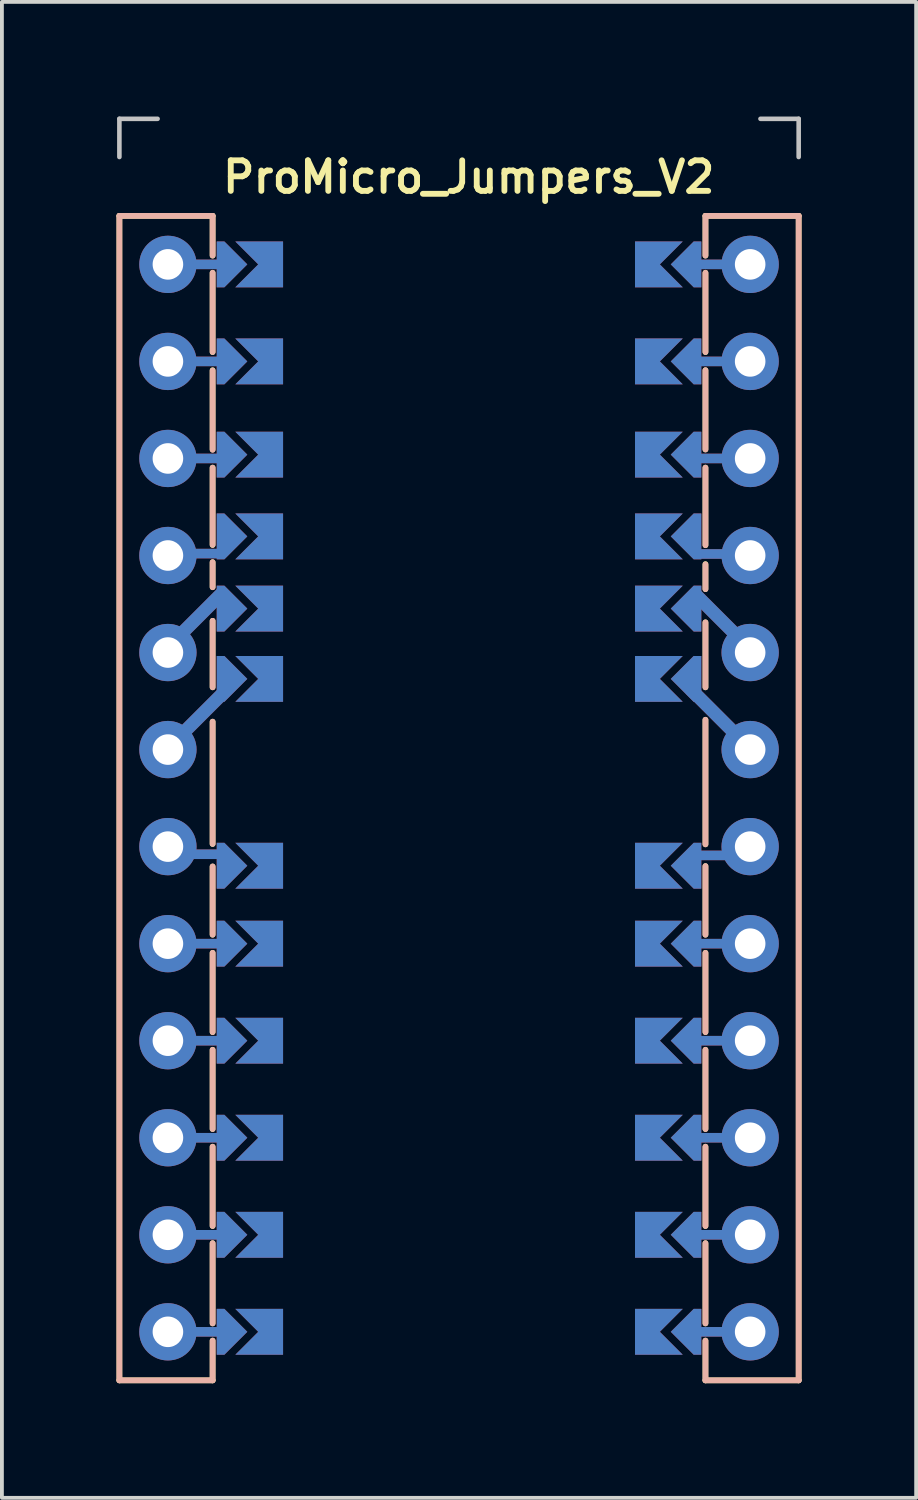
<source format=kicad_pcb>
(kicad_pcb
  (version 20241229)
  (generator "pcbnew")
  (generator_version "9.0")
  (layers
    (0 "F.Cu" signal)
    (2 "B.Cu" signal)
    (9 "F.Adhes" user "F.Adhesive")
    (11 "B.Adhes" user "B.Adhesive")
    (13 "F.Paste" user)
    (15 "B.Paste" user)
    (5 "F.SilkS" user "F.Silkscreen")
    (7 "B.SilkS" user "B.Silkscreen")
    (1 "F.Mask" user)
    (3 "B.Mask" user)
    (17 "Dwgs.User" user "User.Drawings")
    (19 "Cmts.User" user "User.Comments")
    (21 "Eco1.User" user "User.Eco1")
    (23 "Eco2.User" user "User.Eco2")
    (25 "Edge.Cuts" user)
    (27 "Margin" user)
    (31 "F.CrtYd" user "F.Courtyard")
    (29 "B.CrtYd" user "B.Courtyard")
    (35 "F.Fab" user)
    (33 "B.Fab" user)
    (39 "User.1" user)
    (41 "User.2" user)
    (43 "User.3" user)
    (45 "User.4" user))
  (footprint "ProMicro_Jumpers_V2"
    (layer "F.Cu")
    (at 8.965 17.84)
    (property "Reference" "ProMicro_Jumpers_V2" (at 0.254 -16.256 0) (unlocked yes) (layer "F.SilkS") (effects (font (size 0.8 0.8) (thickness 0.153))))
    (attr dnp)
    (fp_line (start -8.89 -15.24) (end -8.89 15.24) (stroke (width 0.15) (type solid)) (layer "F.SilkS"))
    (fp_line (start -8.89 -15.24) (end -6.45 -15.24) (stroke (width 0.15) (type solid)) (layer "F.SilkS"))
    (fp_line (start -6.45 -14.2) (end -6.45 -15.24) (stroke (width 0.15) (type solid)) (layer "F.SilkS"))
    (fp_line (start -6.45 -13.75) (end -6.45 -11.675) (stroke (width 0.15) (type solid)) (layer "F.SilkS"))
    (fp_line (start -6.45 -11.2) (end -6.45 -9.125) (stroke (width 0.15) (type solid)) (layer "F.SilkS"))
    (fp_line (start -6.45 -8.65) (end -6.45 -6.625) (stroke (width 0.15) (type solid)) (layer "F.SilkS"))
    (fp_line (start -6.45 -6.175) (end -6.45 -5.52) (stroke (width 0.15) (type solid)) (layer "F.SilkS"))
    (fp_line (start -6.45 -4.64) (end -6.45 -2.9) (stroke (width 0.15) (type solid)) (layer "F.SilkS"))
    (fp_line (start -6.45 -2) (end -6.45 1.2) (stroke (width 0.15) (type solid)) (layer "F.SilkS"))
    (fp_line (start -6.45 1.79) (end -6.45 3.575) (stroke (width 0.15) (type solid)) (layer "F.SilkS"))
    (fp_line (start -6.45 4.05) (end -6.45 6.125) (stroke (width 0.15) (type solid)) (layer "F.SilkS"))
    (fp_line (start -6.45 6.588) (end -6.45 8.662) (stroke (width 0.15) (type solid)) (layer "F.SilkS"))
    (fp_line (start -6.45 9.125) (end -6.45 11.2) (stroke (width 0.15) (type solid)) (layer "F.SilkS"))
    (fp_line (start -6.45 11.65) (end -6.45 13.75) (stroke (width 0.15) (type solid)) (layer "F.SilkS"))
    (fp_line (start -6.45 14.2) (end -6.45 15.24) (stroke (width 0.15) (type solid)) (layer "F.SilkS"))
    (fp_line (start -6.45 15.24) (end -8.89 15.24) (stroke (width 0.15) (type solid)) (layer "F.SilkS"))
    (fp_line (start 6.45 -15.24) (end 8.89 -15.24) (stroke (width 0.15) (type solid)) (layer "F.SilkS"))
    (fp_line (start 6.45 -14.2) (end 6.45 -15.24) (stroke (width 0.15) (type solid)) (layer "F.SilkS"))
    (fp_line (start 6.45 -13.75) (end 6.45 -11.675) (stroke (width 0.15) (type solid)) (layer "F.SilkS"))
    (fp_line (start 6.45 -11.2) (end 6.45 -9.125) (stroke (width 0.15) (type solid)) (layer "F.SilkS"))
    (fp_line (start 6.45 -8.65) (end 6.45 -6.62) (stroke (width 0.15) (type solid)) (layer "F.SilkS"))
    (fp_line (start 6.45 -6.125) (end 6.45 -5.47) (stroke (width 0.15) (type solid)) (layer "F.SilkS"))
    (fp_line (start 6.45 -4.6) (end 6.45 -2.9) (stroke (width 0.15) (type solid)) (layer "F.SilkS"))
    (fp_line (start 6.45 -2.05) (end 6.45 1.21) (stroke (width 0.15) (type solid)) (layer "F.SilkS"))
    (fp_line (start 6.45 1.78) (end 6.45 3.575) (stroke (width 0.15) (type solid)) (layer "F.SilkS"))
    (fp_line (start 6.45 4.05) (end 6.45 6.125) (stroke (width 0.15) (type solid)) (layer "F.SilkS"))
    (fp_line (start 6.45 6.588) (end 6.45 8.662) (stroke (width 0.15) (type solid)) (layer "F.SilkS"))
    (fp_line (start 6.45 9.125) (end 6.45 11.2) (stroke (width 0.15) (type solid)) (layer "F.SilkS"))
    (fp_line (start 6.45 11.65) (end 6.45 13.75) (stroke (width 0.15) (type solid)) (layer "F.SilkS"))
    (fp_line (start 6.45 14.2) (end 6.45 15.24) (stroke (width 0.15) (type solid)) (layer "F.SilkS"))
    (fp_line (start 6.45 15.24) (end 8.89 15.24) (stroke (width 0.15) (type solid)) (layer "F.SilkS"))
    (fp_line (start 8.89 -15.24) (end 8.89 15.24) (stroke (width 0.15) (type solid)) (layer "F.SilkS"))
    (fp_line (start -8.89 -15.24) (end -8.89 15.24) (stroke (width 0.15) (type solid)) (layer "B.SilkS"))
    (fp_line (start -8.89 -15.24) (end -6.45 -15.24) (stroke (width 0.15) (type solid)) (layer "B.SilkS"))
    (fp_line (start -6.45 -14.2) (end -6.45 -15.24) (stroke (width 0.15) (type solid)) (layer "B.SilkS"))
    (fp_line (start -6.45 -13.75) (end -6.45 -11.675) (stroke (width 0.15) (type solid)) (layer "B.SilkS"))
    (fp_line (start -6.45 -11.19) (end -6.45 -9.115) (stroke (width 0.15) (type solid)) (layer "B.SilkS"))
    (fp_line (start -6.45 -8.65) (end -6.45 -6.63) (stroke (width 0.15) (type solid)) (layer "B.SilkS"))
    (fp_line (start -6.45 -6.175) (end -6.45 -5.52) (stroke (width 0.15) (type solid)) (layer "B.SilkS"))
    (fp_line (start -6.45 -4.64) (end -6.45 -2.9) (stroke (width 0.15) (type solid)) (layer "B.SilkS"))
    (fp_line (start -6.45 -2) (end -6.45 1.2) (stroke (width 0.15) (type solid)) (layer "B.SilkS"))
    (fp_line (start -6.45 1.79) (end -6.45 3.575) (stroke (width 0.15) (type solid)) (layer "B.SilkS"))
    (fp_line (start -6.45 4.05) (end -6.45 6.125) (stroke (width 0.15) (type solid)) (layer "B.SilkS"))
    (fp_line (start -6.45 6.588) (end -6.45 8.662) (stroke (width 0.15) (type solid)) (layer "B.SilkS"))
    (fp_line (start -6.45 9.125) (end -6.45 11.2) (stroke (width 0.15) (type solid)) (layer "B.SilkS"))
    (fp_line (start -6.45 11.65) (end -6.45 13.75) (stroke (width 0.15) (type solid)) (layer "B.SilkS"))
    (fp_line (start -6.45 14.2) (end -6.45 15.24) (stroke (width 0.15) (type solid)) (layer "B.SilkS"))
    (fp_line (start -6.45 15.24) (end -8.89 15.24) (stroke (width 0.15) (type solid)) (layer "B.SilkS"))
    (fp_line (start 6.45 -15.24) (end 8.89 -15.24) (stroke (width 0.15) (type solid)) (layer "B.SilkS"))
    (fp_line (start 6.45 -14.2) (end 6.45 -15.24) (stroke (width 0.15) (type solid)) (layer "B.SilkS"))
    (fp_line (start 6.45 -13.75) (end 6.45 -11.675) (stroke (width 0.15) (type solid)) (layer "B.SilkS"))
    (fp_line (start 6.45 -11.2) (end 6.45 -9.125) (stroke (width 0.15) (type solid)) (layer "B.SilkS"))
    (fp_line (start 6.45 -8.65) (end 6.45 -6.62) (stroke (width 0.15) (type solid)) (layer "B.SilkS"))
    (fp_line (start 6.45 -6.115) (end 6.45 -5.47) (stroke (width 0.15) (type solid)) (layer "B.SilkS"))
    (fp_line (start 6.45 -4.6) (end 6.45 -2.9) (stroke (width 0.15) (type solid)) (layer "B.SilkS"))
    (fp_line (start 6.45 -2.05) (end 6.45 1.21) (stroke (width 0.15) (type solid)) (layer "B.SilkS"))
    (fp_line (start 6.45 1.78) (end 6.45 3.575) (stroke (width 0.15) (type solid)) (layer "B.SilkS"))
    (fp_line (start 6.45 4.05) (end 6.45 6.125) (stroke (width 0.15) (type solid)) (layer "B.SilkS"))
    (fp_line (start 6.45 6.588) (end 6.45 8.662) (stroke (width 0.15) (type solid)) (layer "B.SilkS"))
    (fp_line (start 6.45 9.125) (end 6.45 11.2) (stroke (width 0.15) (type solid)) (layer "B.SilkS"))
    (fp_line (start 6.45 11.65) (end 6.45 13.75) (stroke (width 0.15) (type solid)) (layer "B.SilkS"))
    (fp_line (start 6.45 14.2) (end 6.45 15.24) (stroke (width 0.15) (type solid)) (layer "B.SilkS"))
    (fp_line (start 6.45 15.24) (end 8.89 15.24) (stroke (width 0.15) (type solid)) (layer "B.SilkS"))
    (fp_line (start 8.89 -15.24) (end 8.89 15.24) (stroke (width 0.15) (type solid)) (layer "B.SilkS"))
    (fp_line (start -8.89 -17.78) (end -8.89 -16.78) (stroke (width 0.12) (type solid)) (layer "Dwgs.User"))
    (fp_line (start -8.89 -17.78) (end -7.89 -17.78) (stroke (width 0.12) (type solid)) (layer "Dwgs.User"))
    (fp_line (start 8.89 -17.78) (end 7.89 -17.78) (stroke (width 0.12) (type solid)) (layer "Dwgs.User"))
    (fp_line (start 8.89 -17.78) (end 8.89 -16.78) (stroke (width 0.12) (type solid)) (layer "Dwgs.User"))
    (pad "1" smd custom (at -4.856 -13.97 90) (size 1.2 0.5) (layers "B.Cu" "B.Mask") (options (anchor rect)) (primitives (gr_poly (pts (xy 0.6 0) (xy -0.6 0) (xy -0.6 -1) (xy 0 -0.4) (xy 0.6 -1)) (width 0) (fill yes))))
    (pad "1" smd custom (at 4.856 -13.97 270) (size 1.2 0.5) (layers "F.Cu" "F.Mask") (options (anchor rect)) (primitives (gr_poly (pts (xy 0.6 0) (xy -0.6 0) (xy -0.6 -1) (xy 0 -0.4) (xy 0.6 -1)) (width 0) (fill yes))))
    (pad "2" smd custom (at -4.856 -11.43 90) (size 1.2 0.5) (layers "B.Cu" "B.Mask") (options (anchor rect)) (primitives (gr_poly (pts (xy 0.6 0) (xy -0.6 0) (xy -0.6 -1) (xy 0 -0.4) (xy 0.6 -1)) (width 0) (fill yes))))
    (pad "2" smd custom (at 4.856 -11.43 270) (size 1.2 0.5) (layers "F.Cu" "F.Mask") (options (anchor rect)) (primitives (gr_poly (pts (xy 0.6 0) (xy -0.6 0) (xy -0.6 -1) (xy 0 -0.4) (xy 0.6 -1)) (width 0) (fill yes))))
    (pad "3" smd custom (at -4.856 -8.99 90) (size 1.2 0.5) (layers "B.Cu" "B.Mask") (options (anchor rect)) (primitives (gr_poly (pts (xy 0.6 0) (xy -0.6 0) (xy -0.6 -1) (xy 0 -0.4) (xy 0.6 -1)) (width 0) (fill yes))))
    (pad "3" smd custom (at 4.856 -8.99 270) (size 1.2 0.5) (layers "F.Cu" "F.Mask") (options (anchor rect)) (primitives (gr_poly (pts (xy 0.6 0) (xy -0.6 0) (xy -0.6 -1) (xy 0 -0.4) (xy 0.6 -1)) (width 0) (fill yes))))
    (pad "4" smd custom (at -4.856 -6.85 90) (size 1.2 0.5) (layers "B.Cu" "B.Mask") (options (anchor rect)) (primitives (gr_poly (pts (xy 0.6 0) (xy -0.6 0) (xy -0.6 -1) (xy 0 -0.4) (xy 0.6 -1)) (width 0) (fill yes))))
    (pad "4" smd custom (at 4.856 -6.85 270) (size 1.2 0.5) (layers "F.Cu" "F.Mask") (options (anchor rect)) (primitives (gr_poly (pts (xy 0.6 0) (xy -0.6 0) (xy -0.6 -1) (xy 0 -0.4) (xy 0.6 -1)) (width 0) (fill yes))))
    (pad "5" smd custom (at -4.856 -4.96 90) (size 1.2 0.5) (layers "B.Cu" "B.Mask") (options (anchor rect)) (primitives (gr_poly (pts (xy 0.6 0) (xy -0.6 0) (xy -0.6 -1) (xy 0 -0.4) (xy 0.6 -1)) (width 0) (fill yes))))
    (pad "5" smd custom (at 4.856 -4.96 270) (size 1.2 0.5) (layers "F.Cu" "F.Mask") (options (anchor rect)) (primitives (gr_poly (pts (xy 0.6 0) (xy -0.6 0) (xy -0.6 -1) (xy 0 -0.4) (xy 0.6 -1)) (width 0) (fill yes))))
    (pad "6" smd custom (at -4.856 -3.12 90) (size 1.2 0.5) (layers "B.Cu" "B.Mask") (options (anchor rect)) (primitives (gr_poly (pts (xy 0.6 0) (xy -0.6 0) (xy -0.6 -1) (xy 0 -0.4) (xy 0.6 -1)) (width 0) (fill yes))))
    (pad "6" smd custom (at 4.856 -3.12 270) (size 1.2 0.5) (layers "F.Cu" "F.Mask") (options (anchor rect)) (primitives (gr_poly (pts (xy 0.6 0) (xy -0.6 0) (xy -0.6 -1) (xy 0 -0.4) (xy 0.6 -1)) (width 0) (fill yes))))
    (pad "7" smd custom (at -4.856 1.77 90) (size 1.2 0.5) (layers "B.Cu" "B.Mask") (options (anchor rect)) (primitives (gr_poly (pts (xy 0.6 0) (xy -0.6 0) (xy -0.6 -1) (xy 0 -0.4) (xy 0.6 -1)) (width 0) (fill yes))))
    (pad "7" smd custom (at 4.856 1.77 270) (size 1.2 0.5) (layers "F.Cu" "F.Mask") (options (anchor rect)) (primitives (gr_poly (pts (xy 0.6 0) (xy -0.6 0) (xy -0.6 -1) (xy 0 -0.4) (xy 0.6 -1)) (width 0) (fill yes))))
    (pad "8" smd custom (at -4.856 3.81 90) (size 1.2 0.5) (layers "B.Cu" "B.Mask") (options (anchor rect)) (primitives (gr_poly (pts (xy 0.6 0) (xy -0.6 0) (xy -0.6 -1) (xy 0 -0.4) (xy 0.6 -1)) (width 0) (fill yes))))
    (pad "8" smd custom (at 4.856 3.81 270) (size 1.2 0.5) (layers "F.Cu" "F.Mask") (options (anchor rect)) (primitives (gr_poly (pts (xy 0.6 0) (xy -0.6 0) (xy -0.6 -1) (xy 0 -0.4) (xy 0.6 -1)) (width 0) (fill yes))))
    (pad "9" smd custom (at -4.856 6.35 90) (size 1.2 0.5) (layers "B.Cu" "B.Mask") (options (anchor rect)) (primitives (gr_poly (pts (xy 0.6 0) (xy -0.6 0) (xy -0.6 -1) (xy 0 -0.4) (xy 0.6 -1)) (width 0) (fill yes))))
    (pad "9" smd custom (at 4.856 6.35 270) (size 1.2 0.5) (layers "F.Cu" "F.Mask") (options (anchor rect)) (primitives (gr_poly (pts (xy 0.6 0) (xy -0.6 0) (xy -0.6 -1) (xy 0 -0.4) (xy 0.6 -1)) (width 0) (fill yes))))
    (pad "10" smd custom (at -4.856 8.89 90) (size 1.2 0.5) (layers "B.Cu" "B.Mask") (options (anchor rect)) (primitives (gr_poly (pts (xy 0.6 0) (xy -0.6 0) (xy -0.6 -1) (xy 0 -0.4) (xy 0.6 -1)) (width 0) (fill yes))))
    (pad "10" smd custom (at 4.856 8.89 270) (size 1.2 0.5) (layers "F.Cu" "F.Mask") (options (anchor rect)) (primitives (gr_poly (pts (xy 0.6 0) (xy -0.6 0) (xy -0.6 -1) (xy 0 -0.4) (xy 0.6 -1)) (width 0) (fill yes))))
    (pad "11" smd custom (at -4.856 11.43 90) (size 1.2 0.5) (layers "B.Cu" "B.Mask") (options (anchor rect)) (primitives (gr_poly (pts (xy 0.6 0) (xy -0.6 0) (xy -0.6 -1) (xy 0 -0.4) (xy 0.6 -1)) (width 0) (fill yes))))
    (pad "11" smd custom (at 4.856 11.43 270) (size 1.2 0.5) (layers "F.Cu" "F.Mask") (options (anchor rect)) (primitives (gr_poly (pts (xy 0.6 0) (xy -0.6 0) (xy -0.6 -1) (xy 0 -0.4) (xy 0.6 -1)) (width 0) (fill yes))))
    (pad "12" smd custom (at -4.856 13.97 90) (size 1.2 0.5) (layers "B.Cu" "B.Mask") (options (anchor rect)) (primitives (gr_poly (pts (xy 0.6 0) (xy -0.6 0) (xy -0.6 -1) (xy 0 -0.4) (xy 0.6 -1)) (width 0) (fill yes))))
    (pad "12" smd custom (at 4.856 13.97 270) (size 1.2 0.5) (layers "F.Cu" "F.Mask") (options (anchor rect)) (primitives (gr_poly (pts (xy 0.6 0) (xy -0.6 0) (xy -0.6 -1) (xy 0 -0.4) (xy 0.6 -1)) (width 0) (fill yes))))
    (pad "13" smd custom (at -4.856 13.97 90) (size 1.2 0.5) (layers "F.Cu" "F.Mask") (options (anchor rect)) (primitives (gr_poly (pts (xy 0.6 0) (xy -0.6 0) (xy -0.6 -1) (xy 0 -0.4) (xy 0.6 -1)) (width 0) (fill yes))))
    (pad "13" smd custom (at 4.856 13.97 270) (size 1.2 0.5) (layers "B.Cu" "B.Mask") (options (anchor rect)) (primitives (gr_poly (pts (xy 0.6 0) (xy -0.6 0) (xy -0.6 -1) (xy 0 -0.4) (xy 0.6 -1)) (width 0) (fill yes))))
    (pad "14" smd custom (at -4.856 11.43 90) (size 1.2 0.5) (layers "F.Cu" "F.Mask") (options (anchor rect)) (primitives (gr_poly (pts (xy 0.6 0) (xy -0.6 0) (xy -0.6 -1) (xy 0 -0.4) (xy 0.6 -1)) (width 0) (fill yes))))
    (pad "14" smd custom (at 4.856 11.43 270) (size 1.2 0.5) (layers "B.Cu" "B.Mask") (options (anchor rect)) (primitives (gr_poly (pts (xy 0.6 0) (xy -0.6 0) (xy -0.6 -1) (xy 0 -0.4) (xy 0.6 -1)) (width 0) (fill yes))))
    (pad "15" smd custom (at -4.856 8.89 90) (size 1.2 0.5) (layers "F.Cu" "F.Mask") (options (anchor rect)) (primitives (gr_poly (pts (xy 0.6 0) (xy -0.6 0) (xy -0.6 -1) (xy 0 -0.4) (xy 0.6 -1)) (width 0) (fill yes))))
    (pad "15" smd custom (at 4.856 8.89 270) (size 1.2 0.5) (layers "B.Cu" "B.Mask") (options (anchor rect)) (primitives (gr_poly (pts (xy 0.6 0) (xy -0.6 0) (xy -0.6 -1) (xy 0 -0.4) (xy 0.6 -1)) (width 0) (fill yes))))
    (pad "16" smd custom (at -4.856 6.35 90) (size 1.2 0.5) (layers "F.Cu" "F.Mask") (options (anchor rect)) (primitives (gr_poly (pts (xy 0.6 0) (xy -0.6 0) (xy -0.6 -1) (xy 0 -0.4) (xy 0.6 -1)) (width 0) (fill yes))))
    (pad "16" smd custom (at 4.856 6.35 270) (size 1.2 0.5) (layers "B.Cu" "B.Mask") (options (anchor rect)) (primitives (gr_poly (pts (xy 0.6 0) (xy -0.6 0) (xy -0.6 -1) (xy 0 -0.4) (xy 0.6 -1)) (width 0) (fill yes))))
    (pad "17" smd custom (at -4.856 3.81 90) (size 1.2 0.5) (layers "F.Cu" "F.Mask") (options (anchor rect)) (primitives (gr_poly (pts (xy 0.6 0) (xy -0.6 0) (xy -0.6 -1) (xy 0 -0.4) (xy 0.6 -1)) (width 0) (fill yes))))
    (pad "17" smd custom (at 4.856 3.81 270) (size 1.2 0.5) (layers "B.Cu" "B.Mask") (options (anchor rect)) (primitives (gr_poly (pts (xy 0.6 0) (xy -0.6 0) (xy -0.6 -1) (xy 0 -0.4) (xy 0.6 -1)) (width 0) (fill yes))))
    (pad "18" smd custom (at -4.856 1.77 90) (size 1.2 0.5) (layers "F.Cu" "F.Mask") (options (anchor rect)) (primitives (gr_poly (pts (xy 0.6 0) (xy -0.6 0) (xy -0.6 -1) (xy 0 -0.4) (xy 0.6 -1)) (width 0) (fill yes))))
    (pad "18" smd custom (at 4.856 1.77 270) (size 1.2 0.5) (layers "B.Cu" "B.Mask") (options (anchor rect)) (primitives (gr_poly (pts (xy 0.6 0) (xy -0.6 0) (xy -0.6 -1) (xy 0 -0.4) (xy 0.6 -1)) (width 0) (fill yes))))
    (pad "19" smd custom (at -4.856 -3.12 90) (size 1.2 0.5) (layers "F.Cu" "F.Mask") (options (anchor rect)) (primitives (gr_poly (pts (xy 0.6 0) (xy -0.6 0) (xy -0.6 -1) (xy 0 -0.4) (xy 0.6 -1)) (width 0) (fill yes))))
    (pad "19" smd custom (at 4.856 -3.12 270) (size 1.2 0.5) (layers "B.Cu" "B.Mask") (options (anchor rect)) (primitives (gr_poly (pts (xy 0.6 0) (xy -0.6 0) (xy -0.6 -1) (xy 0 -0.4) (xy 0.6 -1)) (width 0) (fill yes))))
    (pad "20" smd custom (at -4.856 -4.96 90) (size 1.2 0.5) (layers "F.Cu" "F.Mask") (options (anchor rect)) (primitives (gr_poly (pts (xy 0.6 0) (xy -0.6 0) (xy -0.6 -1) (xy 0 -0.4) (xy 0.6 -1)) (width 0) (fill yes))))
    (pad "20" smd custom (at 4.856 -4.96 270) (size 1.2 0.5) (layers "B.Cu" "B.Mask") (options (anchor rect)) (primitives (gr_poly (pts (xy 0.6 0) (xy -0.6 0) (xy -0.6 -1) (xy 0 -0.4) (xy 0.6 -1)) (width 0) (fill yes))))
    (pad "21" smd custom (at -4.856 -6.85 90) (size 1.2 0.5) (layers "F.Cu" "F.Mask") (options (anchor rect)) (primitives (gr_poly (pts (xy 0.6 0) (xy -0.6 0) (xy -0.6 -1) (xy 0 -0.4) (xy 0.6 -1)) (width 0) (fill yes))))
    (pad "21" smd custom (at 4.856 -6.85 270) (size 1.2 0.5) (layers "B.Cu" "B.Mask") (options (anchor rect)) (primitives (gr_poly (pts (xy 0.6 0) (xy -0.6 0) (xy -0.6 -1) (xy 0 -0.4) (xy 0.6 -1)) (width 0) (fill yes))))
    (pad "22" smd custom (at -4.856 -8.99 90) (size 1.2 0.5) (layers "F.Cu" "F.Mask") (options (anchor rect)) (primitives (gr_poly (pts (xy 0.6 0) (xy -0.6 0) (xy -0.6 -1) (xy 0 -0.4) (xy 0.6 -1)) (width 0) (fill yes))))
    (pad "22" smd custom (at 4.856 -8.99 270) (size 1.2 0.5) (layers "B.Cu" "B.Mask") (options (anchor rect)) (primitives (gr_poly (pts (xy 0.6 0) (xy -0.6 0) (xy -0.6 -1) (xy 0 -0.4) (xy 0.6 -1)) (width 0) (fill yes))))
    (pad "23" smd custom (at -4.856 -11.43 90) (size 1.2 0.5) (layers "F.Cu" "F.Mask") (options (anchor rect)) (primitives (gr_poly (pts (xy 0.6 0) (xy -0.6 0) (xy -0.6 -1) (xy 0 -0.4) (xy 0.6 -1)) (width 0) (fill yes))))
    (pad "23" smd custom (at 4.856 -11.43 270) (size 1.2 0.5) (layers "B.Cu" "B.Mask") (options (anchor rect)) (primitives (gr_poly (pts (xy 0.6 0) (xy -0.6 0) (xy -0.6 -1) (xy 0 -0.4) (xy 0.6 -1)) (width 0) (fill yes))))
    (pad "24" smd custom (at -4.856 -13.97 90) (size 1.2 0.5) (layers "F.Cu" "F.Mask") (options (anchor rect)) (primitives (gr_poly (pts (xy 0.6 0) (xy -0.6 0) (xy -0.6 -1) (xy 0 -0.4) (xy 0.6 -1)) (width 0) (fill yes))))
    (pad "24" smd custom (at 4.856 -13.97 270) (size 1.2 0.5) (layers "B.Cu" "B.Mask") (options (anchor rect)) (primitives (gr_poly (pts (xy 0.6 0) (xy -0.6 0) (xy -0.6 -1) (xy 0 -0.4) (xy 0.6 -1)) (width 0) (fill yes))))
    (pad "A" thru_hole circle (at -7.62 -13.97 270) (size 1.5 1.5) (drill 0.8) (layers "*.Cu" "*.Mask"))
    (pad "A" smd custom (at -6.45 -13.97 90) (size 0.25 1) (layers "F.Cu") (options (anchor rect)) (primitives))
    (pad "A" smd custom (at -6.45 -13.97 90) (size 0.25 1) (layers "B.Cu") (options (anchor rect)) (primitives))
    (pad "A" smd custom (at -5.942 -13.97 90) (size 0.1 0.1) (layers "F.Cu" "F.Mask") (options (anchor rect)) (primitives (gr_poly (pts (xy 0.6 -0.2) (xy 0 0.4) (xy -0.6 -0.2) (xy -0.6 -0.4) (xy 0.6 -0.4)) (width 0) (fill yes))))
    (pad "A" smd custom (at -5.942 -13.97 90) (size 0.1 0.1) (layers "B.Cu" "B.Mask") (options (anchor rect)) (primitives (gr_poly (pts (xy 0.6 -0.2) (xy 0 0.4) (xy -0.6 -0.2) (xy -0.6 -0.4) (xy 0.6 -0.4)) (width 0) (fill yes))))
    (pad "B" thru_hole circle (at -7.62 -11.43 270) (size 1.5 1.5) (drill 0.8) (layers "*.Cu" "*.Mask"))
    (pad "B" smd custom (at -6.45 -11.43 90) (size 0.25 1) (layers "F.Cu") (options (anchor rect)) (primitives))
    (pad "B" smd custom (at -6.45 -11.43 90) (size 0.25 1) (layers "B.Cu") (options (anchor rect)) (primitives))
    (pad "B" smd custom (at -5.942 -11.43 90) (size 0.1 0.1) (layers "F.Cu" "F.Mask") (options (anchor rect)) (primitives (gr_poly (pts (xy 0.6 -0.2) (xy 0 0.4) (xy -0.6 -0.2) (xy -0.6 -0.4) (xy 0.6 -0.4)) (width 0) (fill yes))))
    (pad "B" smd custom (at -5.942 -11.43 90) (size 0.1 0.1) (layers "B.Cu" "B.Mask") (options (anchor rect)) (primitives (gr_poly (pts (xy 0.6 -0.2) (xy 0 0.4) (xy -0.6 -0.2) (xy -0.6 -0.4) (xy 0.6 -0.4)) (width 0) (fill yes))))
    (pad "C" thru_hole circle (at -7.62 -8.89 270) (size 1.5 1.5) (drill 0.8) (layers "*.Cu" "*.Mask"))
    (pad "C" smd custom (at -6.45 -8.89 90) (size 0.25 1) (layers "F.Cu") (options (anchor rect)) (primitives))
    (pad "C" smd custom (at -6.45 -8.89 90) (size 0.25 1) (layers "B.Cu") (options (anchor rect)) (primitives))
    (pad "C" smd custom (at -5.942 -8.99 90) (size 0.1 0.1) (layers "F.Cu" "F.Mask") (options (anchor rect)) (primitives (gr_poly (pts (xy 0.6 -0.2) (xy 0 0.4) (xy -0.6 -0.2) (xy -0.6 -0.4) (xy 0.6 -0.4)) (width 0) (fill yes))))
    (pad "C" smd custom (at -5.942 -8.99 90) (size 0.1 0.1) (layers "B.Cu" "B.Mask") (options (anchor rect)) (primitives (gr_poly (pts (xy 0.6 -0.2) (xy 0 0.4) (xy -0.6 -0.2) (xy -0.6 -0.4) (xy 0.6 -0.4)) (width 0) (fill yes))))
    (pad "D" thru_hole circle (at -7.62 -6.35 270) (size 1.5 1.5) (drill 0.8) (layers "*.Cu" "*.Mask"))
    (pad "D" smd custom (at -6.67 -6.4 90) (size 0.25 1) (layers "F.Cu") (options (anchor rect)) (primitives))
    (pad "D" smd custom (at -6.67 -6.4 90) (size 0.25 1) (layers "B.Cu") (options (anchor rect)) (primitives))
    (pad "D" smd custom (at -5.942 -6.85 90) (size 0.1 0.1) (layers "F.Cu" "F.Mask") (options (anchor rect)) (primitives (gr_poly (pts (xy 0.6 -0.2) (xy 0 0.4) (xy -0.6 -0.2) (xy -0.6 -0.4) (xy 0.6 -0.4)) (width 0) (fill yes))))
    (pad "D" smd custom (at -5.942 -6.85 90) (size 0.1 0.1) (layers "B.Cu" "B.Mask") (options (anchor rect)) (primitives (gr_poly (pts (xy 0.6 -0.2) (xy 0 0.4) (xy -0.6 -0.2) (xy -0.6 -0.4) (xy 0.6 -0.4)) (width 0) (fill yes))))
    (pad "E" smd custom (at -7.76 -3.91) (size 0.1 0.1) (layers "F.Cu") (options (anchor rect)) (primitives (gr_poly (pts (xy 0 0) (xy 1.5 -1.5) (xy 1.6 -1.4) (xy 0.1 0.1)) (width 0.2) (fill yes))))
    (pad "E" thru_hole circle (at -7.62 -3.81 270) (size 1.5 1.5) (drill 0.8) (layers "*.Cu" "*.Mask"))
    (pad "E" smd custom (at -6.26 -5.41 90) (size 0.1 0.1) (layers "B.Cu") (options (anchor rect)) (primitives (gr_poly (pts (xy 0 0) (xy -1.5 -1.5) (xy -1.6 -1.4) (xy -0.1 0.1)) (width 0.2) (fill yes))))
    (pad "E" smd custom (at -5.942 -4.96 90) (size 0.1 0.1) (layers "F.Cu" "F.Mask") (options (anchor rect)) (primitives (gr_poly (pts (xy 0.6 -0.2) (xy 0 0.4) (xy -0.6 -0.2) (xy -0.6 -0.4) (xy 0.6 -0.4)) (width 0) (fill yes))))
    (pad "E" smd custom (at -5.942 -4.96 90) (size 0.1 0.1) (layers "B.Cu" "B.Mask") (options (anchor rect)) (primitives (gr_poly (pts (xy 0.6 -0.2) (xy 0 0.4) (xy -0.6 -0.2) (xy -0.6 -0.4) (xy 0.6 -0.4)) (width 0) (fill yes))))
    (pad "F" thru_hole circle (at -7.62 -1.27 270) (size 1.5 1.5) (drill 0.8) (layers "*.Cu" "*.Mask"))
    (pad "F" smd custom (at -7.525 -1.5) (size 0.1 0.1) (layers "F.Cu") (options (anchor rect)) (primitives (gr_poly (pts (xy 0 0) (xy 1.5 -1.5) (xy 1.6 -1.4) (xy 0.1 0.1)) (width 0.2) (fill yes))))
    (pad "F" smd custom (at -6.025 -3 90) (size 0.1 0.1) (layers "B.Cu") (options (anchor rect)) (primitives (gr_poly (pts (xy 0 0) (xy -1.5 -1.5) (xy -1.6 -1.4) (xy -0.1 0.1)) (width 0.2) (fill yes))))
    (pad "F" smd custom (at -5.942 -3.12 90) (size 0.1 0.1) (layers "F.Cu" "F.Mask") (options (anchor rect)) (primitives (gr_poly (pts (xy 0.6 -0.2) (xy 0 0.4) (xy -0.6 -0.2) (xy -0.6 -0.4) (xy 0.6 -0.4)) (width 0) (fill yes))))
    (pad "F" smd custom (at -5.942 -3.12 90) (size 0.1 0.1) (layers "B.Cu" "B.Mask") (options (anchor rect)) (primitives (gr_poly (pts (xy 0.6 -0.2) (xy 0 0.4) (xy -0.6 -0.2) (xy -0.6 -0.4) (xy 0.6 -0.4)) (width 0) (fill yes))))
    (pad "G" thru_hole circle (at -7.62 1.27 270) (size 1.5 1.5) (drill 0.8) (layers "*.Cu" "*.Mask"))
    (pad "G" smd custom (at -6.57 1.47 90) (size 0.25 1) (layers "F.Cu") (options (anchor rect)) (primitives))
    (pad "G" smd custom (at -6.57 1.47 90) (size 0.25 1) (layers "B.Cu") (options (anchor rect)) (primitives))
    (pad "G" smd custom (at -5.942 1.77 90) (size 0.1 0.1) (layers "F.Cu" "F.Mask") (options (anchor rect)) (primitives (gr_poly (pts (xy 0.6 -0.2) (xy 0 0.4) (xy -0.6 -0.2) (xy -0.6 -0.4) (xy 0.6 -0.4)) (width 0) (fill yes))))
    (pad "G" smd custom (at -5.942 1.77 90) (size 0.1 0.1) (layers "B.Cu" "B.Mask") (options (anchor rect)) (primitives (gr_poly (pts (xy 0.6 -0.2) (xy 0 0.4) (xy -0.6 -0.2) (xy -0.6 -0.4) (xy 0.6 -0.4)) (width 0) (fill yes))))
    (pad "H" thru_hole circle (at -7.62 3.81 270) (size 1.5 1.5) (drill 0.8) (layers "*.Cu" "*.Mask"))
    (pad "H" smd custom (at -6.45 3.81 90) (size 0.25 1) (layers "F.Cu") (options (anchor rect)) (primitives))
    (pad "H" smd custom (at -6.45 3.81 90) (size 0.25 1) (layers "B.Cu") (options (anchor rect)) (primitives))
    (pad "H" smd custom (at -5.942 3.81 90) (size 0.1 0.1) (layers "F.Cu" "F.Mask") (options (anchor rect)) (primitives (gr_poly (pts (xy 0.6 -0.2) (xy 0 0.4) (xy -0.6 -0.2) (xy -0.6 -0.4) (xy 0.6 -0.4)) (width 0) (fill yes))))
    (pad "H" smd custom (at -5.942 3.81 90) (size 0.1 0.1) (layers "B.Cu" "B.Mask") (options (anchor rect)) (primitives (gr_poly (pts (xy 0.6 -0.2) (xy 0 0.4) (xy -0.6 -0.2) (xy -0.6 -0.4) (xy 0.6 -0.4)) (width 0) (fill yes))))
    (pad "I" thru_hole circle (at -7.62 6.35 270) (size 1.5 1.5) (drill 0.8) (layers "*.Cu" "*.Mask"))
    (pad "I" smd custom (at -6.45 6.35 90) (size 0.25 1) (layers "F.Cu") (options (anchor rect)) (primitives))
    (pad "I" smd custom (at -6.45 6.35 90) (size 0.25 1) (layers "B.Cu") (options (anchor rect)) (primitives))
    (pad "I" smd custom (at -5.942 6.35 90) (size 0.1 0.1) (layers "F.Cu" "F.Mask") (options (anchor rect)) (primitives (gr_poly (pts (xy 0.6 -0.2) (xy 0 0.4) (xy -0.6 -0.2) (xy -0.6 -0.4) (xy 0.6 -0.4)) (width 0) (fill yes))))
    (pad "I" smd custom (at -5.942 6.35 90) (size 0.1 0.1) (layers "B.Cu" "B.Mask") (options (anchor rect)) (primitives (gr_poly (pts (xy 0.6 -0.2) (xy 0 0.4) (xy -0.6 -0.2) (xy -0.6 -0.4) (xy 0.6 -0.4)) (width 0) (fill yes))))
    (pad "J" thru_hole circle (at -7.62 8.89 270) (size 1.5 1.5) (drill 0.8) (layers "*.Cu" "*.Mask"))
    (pad "J" smd custom (at -6.45 8.89 90) (size 0.25 1) (layers "F.Cu") (options (anchor rect)) (primitives))
    (pad "J" smd custom (at -6.45 8.89 90) (size 0.25 1) (layers "B.Cu") (options (anchor rect)) (primitives))
    (pad "J" smd custom (at -5.942 8.89 90) (size 0.1 0.1) (layers "F.Cu" "F.Mask") (options (anchor rect)) (primitives (gr_poly (pts (xy 0.6 -0.2) (xy 0 0.4) (xy -0.6 -0.2) (xy -0.6 -0.4) (xy 0.6 -0.4)) (width 0) (fill yes))))
    (pad "J" smd custom (at -5.942 8.89 90) (size 0.1 0.1) (layers "B.Cu" "B.Mask") (options (anchor rect)) (primitives (gr_poly (pts (xy 0.6 -0.2) (xy 0 0.4) (xy -0.6 -0.2) (xy -0.6 -0.4) (xy 0.6 -0.4)) (width 0) (fill yes))))
    (pad "K" thru_hole circle (at -7.62 11.43 270) (size 1.5 1.5) (drill 0.8) (layers "*.Cu" "*.Mask"))
    (pad "K" smd custom (at -6.45 11.43 90) (size 0.25 1) (layers "F.Cu") (options (anchor rect)) (primitives))
    (pad "K" smd custom (at -6.45 11.43 90) (size 0.25 1) (layers "B.Cu") (options (anchor rect)) (primitives))
    (pad "K" smd custom (at -5.942 11.43 90) (size 0.1 0.1) (layers "F.Cu" "F.Mask") (options (anchor rect)) (primitives (gr_poly (pts (xy 0.6 -0.2) (xy 0 0.4) (xy -0.6 -0.2) (xy -0.6 -0.4) (xy 0.6 -0.4)) (width 0) (fill yes))))
    (pad "K" smd custom (at -5.942 11.43 90) (size 0.1 0.1) (layers "B.Cu" "B.Mask") (options (anchor rect)) (primitives (gr_poly (pts (xy 0.6 -0.2) (xy 0 0.4) (xy -0.6 -0.2) (xy -0.6 -0.4) (xy 0.6 -0.4)) (width 0) (fill yes))))
    (pad "L" thru_hole circle (at -7.62 13.97 270) (size 1.5 1.5) (drill 0.8) (layers "*.Cu" "*.Mask"))
    (pad "L" smd custom (at -6.45 13.97 90) (size 0.25 1) (layers "F.Cu") (options (anchor rect)) (primitives))
    (pad "L" smd custom (at -6.45 13.97 90) (size 0.25 1) (layers "B.Cu") (options (anchor rect)) (primitives))
    (pad "L" smd custom (at -5.942 13.97 90) (size 0.1 0.1) (layers "F.Cu" "F.Mask") (options (anchor rect)) (primitives (gr_poly (pts (xy 0.6 -0.2) (xy 0 0.4) (xy -0.6 -0.2) (xy -0.6 -0.4) (xy 0.6 -0.4)) (width 0) (fill yes))))
    (pad "L" smd custom (at -5.942 13.97 90) (size 0.1 0.1) (layers "B.Cu" "B.Mask") (options (anchor rect)) (primitives (gr_poly (pts (xy 0.6 -0.2) (xy 0 0.4) (xy -0.6 -0.2) (xy -0.6 -0.4) (xy 0.6 -0.4)) (width 0) (fill yes))))
    (pad "M" smd custom (at 5.942 13.97 270) (size 0.1 0.1) (layers "F.Cu" "F.Mask") (options (anchor rect)) (primitives (gr_poly (pts (xy 0.6 -0.2) (xy 0 0.4) (xy -0.6 -0.2) (xy -0.6 -0.4) (xy 0.6 -0.4)) (width 0) (fill yes))))
    (pad "M" smd custom (at 5.942 13.97 270) (size 0.1 0.1) (layers "B.Cu" "B.Mask") (options (anchor rect)) (primitives (gr_poly (pts (xy 0.6 -0.2) (xy 0 0.4) (xy -0.6 -0.2) (xy -0.6 -0.4) (xy 0.6 -0.4)) (width 0) (fill yes))))
    (pad "M" smd custom (at 6.45 13.97 270) (size 0.25 1) (layers "F.Cu") (options (anchor rect)) (primitives))
    (pad "M" smd custom (at 6.45 13.97 270) (size 0.25 1) (layers "B.Cu") (options (anchor rect)) (primitives))
    (pad "M" thru_hole circle (at 7.62 13.97 270) (size 1.5 1.5) (drill 0.8) (layers "*.Cu" "*.Mask"))
    (pad "N" smd custom (at 5.942 11.43 270) (size 0.1 0.1) (layers "F.Cu" "F.Mask") (options (anchor rect)) (primitives (gr_poly (pts (xy 0.6 -0.2) (xy 0 0.4) (xy -0.6 -0.2) (xy -0.6 -0.4) (xy 0.6 -0.4)) (width 0) (fill yes))))
    (pad "N" smd custom (at 5.942 11.43 270) (size 0.1 0.1) (layers "B.Cu" "B.Mask") (options (anchor rect)) (primitives (gr_poly (pts (xy 0.6 -0.2) (xy 0 0.4) (xy -0.6 -0.2) (xy -0.6 -0.4) (xy 0.6 -0.4)) (width 0) (fill yes))))
    (pad "N" smd custom (at 6.45 11.43 270) (size 0.25 1) (layers "F.Cu") (options (anchor rect)) (primitives))
    (pad "N" smd custom (at 6.45 11.43 270) (size 0.25 1) (layers "B.Cu") (options (anchor rect)) (primitives))
    (pad "N" thru_hole circle (at 7.62 11.43 270) (size 1.5 1.5) (drill 0.8) (layers "*.Cu" "*.Mask"))
    (pad "O" smd custom (at 5.942 8.89 270) (size 0.1 0.1) (layers "F.Cu" "F.Mask") (options (anchor rect)) (primitives (gr_poly (pts (xy 0.6 -0.2) (xy 0 0.4) (xy -0.6 -0.2) (xy -0.6 -0.4) (xy 0.6 -0.4)) (width 0) (fill yes))))
    (pad "O" smd custom (at 5.942 8.89 270) (size 0.1 0.1) (layers "B.Cu" "B.Mask") (options (anchor rect)) (primitives (gr_poly (pts (xy 0.6 -0.2) (xy 0 0.4) (xy -0.6 -0.2) (xy -0.6 -0.4) (xy 0.6 -0.4)) (width 0) (fill yes))))
    (pad "O" smd custom (at 6.45 8.89 270) (size 0.25 1) (layers "F.Cu") (options (anchor rect)) (primitives))
    (pad "O" smd custom (at 6.45 8.89 270) (size 0.25 1) (layers "B.Cu") (options (anchor rect)) (primitives))
    (pad "O" thru_hole circle (at 7.62 8.89 270) (size 1.5 1.5) (drill 0.8) (layers "*.Cu" "*.Mask"))
    (pad "P" smd custom (at 5.942 6.35 270) (size 0.1 0.1) (layers "F.Cu" "F.Mask") (options (anchor rect)) (primitives (gr_poly (pts (xy 0.6 -0.2) (xy 0 0.4) (xy -0.6 -0.2) (xy -0.6 -0.4) (xy 0.6 -0.4)) (width 0) (fill yes))))
    (pad "P" smd custom (at 5.942 6.35 270) (size 0.1 0.1) (layers "B.Cu" "B.Mask") (options (anchor rect)) (primitives (gr_poly (pts (xy 0.6 -0.2) (xy 0 0.4) (xy -0.6 -0.2) (xy -0.6 -0.4) (xy 0.6 -0.4)) (width 0) (fill yes))))
    (pad "P" smd custom (at 6.45 6.35 270) (size 0.25 1) (layers "F.Cu") (options (anchor rect)) (primitives))
    (pad "P" smd custom (at 6.45 6.35 270) (size 0.25 1) (layers "B.Cu") (options (anchor rect)) (primitives))
    (pad "P" thru_hole circle (at 7.62 6.35 270) (size 1.5 1.5) (drill 0.8) (layers "*.Cu" "*.Mask"))
    (pad "Q" smd custom (at 5.942 3.81 270) (size 0.1 0.1) (layers "F.Cu" "F.Mask") (options (anchor rect)) (primitives (gr_poly (pts (xy 0.6 -0.2) (xy 0 0.4) (xy -0.6 -0.2) (xy -0.6 -0.4) (xy 0.6 -0.4)) (width 0) (fill yes))))
    (pad "Q" smd custom (at 5.942 3.81 270) (size 0.1 0.1) (layers "B.Cu" "B.Mask") (options (anchor rect)) (primitives (gr_poly (pts (xy 0.6 -0.2) (xy 0 0.4) (xy -0.6 -0.2) (xy -0.6 -0.4) (xy 0.6 -0.4)) (width 0) (fill yes))))
    (pad "Q" smd custom (at 6.45 3.81 270) (size 0.25 1) (layers "F.Cu") (options (anchor rect)) (primitives))
    (pad "Q" smd custom (at 6.45 3.81 270) (size 0.25 1) (layers "B.Cu") (options (anchor rect)) (primitives))
    (pad "Q" thru_hole circle (at 7.62 3.81 270) (size 1.5 1.5) (drill 0.8) (layers "*.Cu" "*.Mask"))
    (pad "R" smd custom (at 5.942 1.77 270) (size 0.1 0.1) (layers "F.Cu" "F.Mask") (options (anchor rect)) (primitives (gr_poly (pts (xy 0.6 -0.2) (xy 0 0.4) (xy -0.6 -0.2) (xy -0.6 -0.4) (xy 0.6 -0.4)) (width 0) (fill yes))))
    (pad "R" smd custom (at 5.942 1.77 270) (size 0.1 0.1) (layers "B.Cu" "B.Mask") (options (anchor rect)) (primitives (gr_poly (pts (xy 0.6 -0.2) (xy 0 0.4) (xy -0.6 -0.2) (xy -0.6 -0.4) (xy 0.6 -0.4)) (width 0) (fill yes))))
    (pad "R" smd custom (at 6.59 1.5 270) (size 0.25 1) (layers "F.Cu") (options (anchor rect)) (primitives))
    (pad "R" smd custom (at 6.59 1.5 270) (size 0.25 1) (layers "B.Cu") (options (anchor rect)) (primitives))
    (pad "R" thru_hole circle (at 7.62 1.27 270) (size 1.5 1.5) (drill 0.8) (layers "*.Cu" "*.Mask"))
    (pad "S" smd custom (at 5.942 -3.12 270) (size 0.1 0.1) (layers "F.Cu" "F.Mask") (options (anchor rect)) (primitives (gr_poly (pts (xy 0.6 -0.2) (xy 0 0.4) (xy -0.6 -0.2) (xy -0.6 -0.4) (xy 0.6 -0.4)) (width 0) (fill yes))))
    (pad "S" smd custom (at 5.942 -3.12 270) (size 0.1 0.1) (layers "B.Cu" "B.Mask") (options (anchor rect)) (primitives (gr_poly (pts (xy 0.6 -0.2) (xy 0 0.4) (xy -0.6 -0.2) (xy -0.6 -0.4) (xy 0.6 -0.4)) (width 0) (fill yes))))
    (pad "S" smd custom (at 6.02 -2.795 180) (size 0.1 0.1) (layers "B.Cu") (options (anchor rect)) (primitives (gr_poly (pts (xy 0 0) (xy -1.5 -1.5) (xy -1.6 -1.4) (xy -0.1 0.1)) (width 0.2) (fill yes))))
    (pad "S" smd custom (at 7.52 -1.295 90) (size 0.1 0.1) (layers "F.Cu") (options (anchor rect)) (primitives (gr_poly (pts (xy 0 0) (xy 1.5 -1.5) (xy 1.6 -1.4) (xy 0.1 0.1)) (width 0.2) (fill yes))))
    (pad "S" thru_hole circle (at 7.62 -1.27 270) (size 1.5 1.5) (drill 0.8) (layers "*.Cu" "*.Mask"))
    (pad "T" smd custom (at 5.942 -4.96 270) (size 0.1 0.1) (layers "F.Cu" "F.Mask") (options (anchor rect)) (primitives (gr_poly (pts (xy 0.6 -0.2) (xy 0 0.4) (xy -0.6 -0.2) (xy -0.6 -0.4) (xy 0.6 -0.4)) (width 0) (fill yes))))
    (pad "T" smd custom (at 5.942 -4.96 270) (size 0.1 0.1) (layers "B.Cu" "B.Mask") (options (anchor rect)) (primitives (gr_poly (pts (xy 0.6 -0.2) (xy 0 0.4) (xy -0.6 -0.2) (xy -0.6 -0.4) (xy 0.6 -0.4)) (width 0) (fill yes))))
    (pad "T" smd custom (at 6.11 -5.31 180) (size 0.1 0.1) (layers "B.Cu") (options (anchor rect)) (primitives (gr_poly (pts (xy 0 0) (xy -1.5 -1.5) (xy -1.6 -1.4) (xy -0.1 0.1)) (width 0.2) (fill yes))))
    (pad "T" smd custom (at 7.61 -3.81 90) (size 0.1 0.1) (layers "F.Cu") (options (anchor rect)) (primitives (gr_poly (pts (xy 0 0) (xy 1.5 -1.5) (xy 1.6 -1.4) (xy 0.1 0.1)) (width 0.2) (fill yes))))
    (pad "T" thru_hole circle (at 7.62 -3.81 270) (size 1.5 1.5) (drill 0.8) (layers "*.Cu" "*.Mask"))
    (pad "U" smd custom (at 5.942 -6.85 270) (size 0.1 0.1) (layers "F.Cu" "F.Mask") (options (anchor rect)) (primitives (gr_poly (pts (xy 0.6 -0.2) (xy 0 0.4) (xy -0.6 -0.2) (xy -0.6 -0.4) (xy 0.6 -0.4)) (width 0) (fill yes))))
    (pad "U" smd custom (at 5.942 -6.85 270) (size 0.1 0.1) (layers "B.Cu" "B.Mask") (options (anchor rect)) (primitives (gr_poly (pts (xy 0.6 -0.2) (xy 0 0.4) (xy -0.6 -0.2) (xy -0.6 -0.4) (xy 0.6 -0.4)) (width 0) (fill yes))))
    (pad "U" smd custom (at 6.65 -6.39 270) (size 0.25 1) (layers "F.Cu") (options (anchor rect)) (primitives))
    (pad "U" smd custom (at 6.65 -6.39 270) (size 0.25 1) (layers "B.Cu") (options (anchor rect)) (primitives))
    (pad "U" thru_hole circle (at 7.62 -6.35 270) (size 1.5 1.5) (drill 0.8) (layers "*.Cu" "*.Mask"))
    (pad "V" smd custom (at 5.942 -8.99 270) (size 0.1 0.1) (layers "F.Cu" "F.Mask") (options (anchor rect)) (primitives (gr_poly (pts (xy 0.6 -0.2) (xy 0 0.4) (xy -0.6 -0.2) (xy -0.6 -0.4) (xy 0.6 -0.4)) (width 0) (fill yes))))
    (pad "V" smd custom (at 5.942 -8.99 270) (size 0.1 0.1) (layers "B.Cu" "B.Mask") (options (anchor rect)) (primitives (gr_poly (pts (xy 0.6 -0.2) (xy 0 0.4) (xy -0.6 -0.2) (xy -0.6 -0.4) (xy 0.6 -0.4)) (width 0) (fill yes))))
    (pad "V" smd custom (at 6.45 -8.89 270) (size 0.25 1) (layers "F.Cu") (options (anchor rect)) (primitives))
    (pad "V" smd custom (at 6.45 -8.89 270) (size 0.25 1) (layers "B.Cu") (options (anchor rect)) (primitives))
    (pad "V" thru_hole circle (at 7.62 -8.89 270) (size 1.5 1.5) (drill 0.8) (layers "*.Cu" "*.Mask"))
    (pad "X" smd custom (at 5.942 -11.43 270) (size 0.1 0.1) (layers "F.Cu" "F.Mask") (options (anchor rect)) (primitives (gr_poly (pts (xy 0.6 -0.2) (xy 0 0.4) (xy -0.6 -0.2) (xy -0.6 -0.4) (xy 0.6 -0.4)) (width 0) (fill yes))))
    (pad "X" smd custom (at 5.942 -11.43 270) (size 0.1 0.1) (layers "B.Cu" "B.Mask") (options (anchor rect)) (primitives (gr_poly (pts (xy 0.6 -0.2) (xy 0 0.4) (xy -0.6 -0.2) (xy -0.6 -0.4) (xy 0.6 -0.4)) (width 0) (fill yes))))
    (pad "X" smd custom (at 6.45 -11.43 270) (size 0.25 1) (layers "F.Cu") (options (anchor rect)) (primitives))
    (pad "X" smd custom (at 6.45 -11.43 270) (size 0.25 1) (layers "B.Cu") (options (anchor rect)) (primitives))
    (pad "X" thru_hole circle (at 7.62 -11.43 270) (size 1.5 1.5) (drill 0.8) (layers "*.Cu" "*.Mask"))
    (pad "Y" smd custom (at 5.942 -13.97 270) (size 0.1 0.1) (layers "F.Cu" "F.Mask") (options (anchor rect)) (primitives (gr_poly (pts (xy 0.6 -0.2) (xy 0 0.4) (xy -0.6 -0.2) (xy -0.6 -0.4) (xy 0.6 -0.4)) (width 0) (fill yes))))
    (pad "Y" smd custom (at 5.942 -13.97 270) (size 0.1 0.1) (layers "B.Cu" "B.Mask") (options (anchor rect)) (primitives (gr_poly (pts (xy 0.6 -0.2) (xy 0 0.4) (xy -0.6 -0.2) (xy -0.6 -0.4) (xy 0.6 -0.4)) (width 0) (fill yes))))
    (pad "Y" smd custom (at 6.45 -13.97 270) (size 0.25 1) (layers "F.Cu") (options (anchor rect)) (primitives))
    (pad "Y" smd custom (at 6.45 -13.97 270) (size 0.25 1) (layers "B.Cu") (options (anchor rect)) (primitives))
    (pad "Y" thru_hole circle (at 7.62 -13.97 270) (size 1.5 1.5) (drill 0.8) (layers "*.Cu" "*.Mask")))
  (gr_rect
    (start -3 -3)
    (end 20.93 36.155)
    (stroke (width 0.1) (type default))
    (fill no)
    (layer "Edge.Cuts")))
</source>
